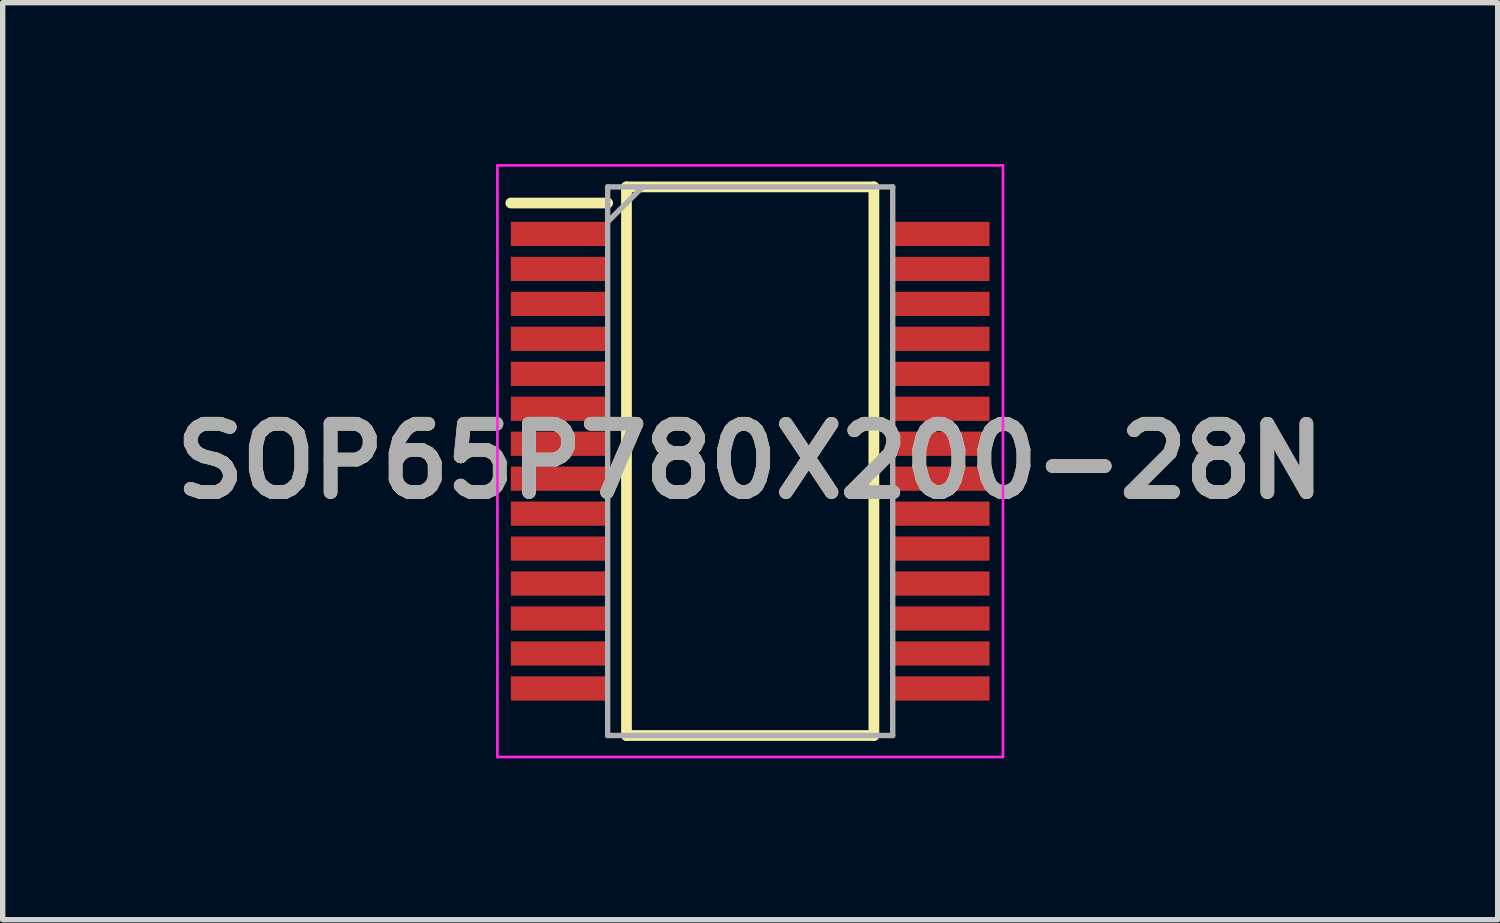
<source format=kicad_pcb>
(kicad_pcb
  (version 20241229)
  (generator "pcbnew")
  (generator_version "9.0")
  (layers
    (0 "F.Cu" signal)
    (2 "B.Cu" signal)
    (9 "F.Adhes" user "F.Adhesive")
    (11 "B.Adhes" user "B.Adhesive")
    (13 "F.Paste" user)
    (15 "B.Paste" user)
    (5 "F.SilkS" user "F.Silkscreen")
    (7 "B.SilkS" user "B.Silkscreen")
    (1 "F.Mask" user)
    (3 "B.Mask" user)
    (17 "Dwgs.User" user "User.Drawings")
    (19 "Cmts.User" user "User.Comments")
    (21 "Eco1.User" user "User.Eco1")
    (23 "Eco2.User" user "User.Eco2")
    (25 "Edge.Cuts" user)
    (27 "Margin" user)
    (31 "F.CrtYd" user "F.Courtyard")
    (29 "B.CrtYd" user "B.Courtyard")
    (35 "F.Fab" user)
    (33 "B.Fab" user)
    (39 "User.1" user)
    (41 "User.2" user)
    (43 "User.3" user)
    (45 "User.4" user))
  (footprint "SOP65P780X200-28N"
    (layer "F.Cu")
    (at 10.898 5.525)
    (property "Reference" "SOP65P780X200-28N" (at 0 0 0) (layer "F.SilkS") (effects (font (size 1.27 1.27) (thickness 0.254))))
    (attr smd)
    (fp_line (start -4.45 -4.8) (end -2.65 -4.8) (stroke (width 0.2) (type solid)) (layer "F.SilkS"))
    (fp_line (start -2.3 -5.1) (end 2.3 -5.1) (stroke (width 0.2) (type solid)) (layer "F.SilkS"))
    (fp_line (start -2.3 5.1) (end -2.3 -5.1) (stroke (width 0.2) (type solid)) (layer "F.SilkS"))
    (fp_line (start 2.3 -5.1) (end 2.3 5.1) (stroke (width 0.2) (type solid)) (layer "F.SilkS"))
    (fp_line (start 2.3 5.1) (end -2.3 5.1) (stroke (width 0.2) (type solid)) (layer "F.SilkS"))
    (fp_line (start -4.7 -5.5) (end 4.7 -5.5) (stroke (width 0.05) (type solid)) (layer "F.CrtYd"))
    (fp_line (start -4.7 5.5) (end -4.7 -5.5) (stroke (width 0.05) (type solid)) (layer "F.CrtYd"))
    (fp_line (start 4.7 -5.5) (end 4.7 5.5) (stroke (width 0.05) (type solid)) (layer "F.CrtYd"))
    (fp_line (start 4.7 5.5) (end -4.7 5.5) (stroke (width 0.05) (type solid)) (layer "F.CrtYd"))
    (fp_line (start -2.65 -5.1) (end 2.65 -5.1) (stroke (width 0.1) (type solid)) (layer "F.Fab"))
    (fp_line (start -2.65 -4.45) (end -2 -5.1) (stroke (width 0.1) (type solid)) (layer "F.Fab"))
    (fp_line (start -2.65 5.1) (end -2.65 -5.1) (stroke (width 0.1) (type solid)) (layer "F.Fab"))
    (fp_line (start 2.65 -5.1) (end 2.65 5.1) (stroke (width 0.1) (type solid)) (layer "F.Fab"))
    (fp_line (start 2.65 5.1) (end -2.65 5.1) (stroke (width 0.1) (type solid)) (layer "F.Fab"))
    (fp_text user "${REFERENCE}" (at 0 0 0) (layer "F.Fab") (effects (font (size 1.27 1.27) (thickness 0.254))))
    (pad "1" smd rect (at -3.55 -4.225 90) (size 0.45 1.8) (layers "F.Cu" "F.Mask" "F.Paste"))
    (pad "2" smd rect (at -3.55 -3.575 90) (size 0.45 1.8) (layers "F.Cu" "F.Mask" "F.Paste"))
    (pad "3" smd rect (at -3.55 -2.925 90) (size 0.45 1.8) (layers "F.Cu" "F.Mask" "F.Paste"))
    (pad "4" smd rect (at -3.55 -2.275 90) (size 0.45 1.8) (layers "F.Cu" "F.Mask" "F.Paste"))
    (pad "5" smd rect (at -3.55 -1.625 90) (size 0.45 1.8) (layers "F.Cu" "F.Mask" "F.Paste"))
    (pad "6" smd rect (at -3.55 -0.975 90) (size 0.45 1.8) (layers "F.Cu" "F.Mask" "F.Paste"))
    (pad "7" smd rect (at -3.55 -0.325 90) (size 0.45 1.8) (layers "F.Cu" "F.Mask" "F.Paste"))
    (pad "8" smd rect (at -3.55 0.325 90) (size 0.45 1.8) (layers "F.Cu" "F.Mask" "F.Paste"))
    (pad "9" smd rect (at -3.55 0.975 90) (size 0.45 1.8) (layers "F.Cu" "F.Mask" "F.Paste"))
    (pad "10" smd rect (at -3.55 1.625 90) (size 0.45 1.8) (layers "F.Cu" "F.Mask" "F.Paste"))
    (pad "11" smd rect (at -3.55 2.275 90) (size 0.45 1.8) (layers "F.Cu" "F.Mask" "F.Paste"))
    (pad "12" smd rect (at -3.55 2.925 90) (size 0.45 1.8) (layers "F.Cu" "F.Mask" "F.Paste"))
    (pad "13" smd rect (at -3.55 3.575 90) (size 0.45 1.8) (layers "F.Cu" "F.Mask" "F.Paste"))
    (pad "14" smd rect (at -3.55 4.225 90) (size 0.45 1.8) (layers "F.Cu" "F.Mask" "F.Paste"))
    (pad "15" smd rect (at 3.55 4.225 90) (size 0.45 1.8) (layers "F.Cu" "F.Mask" "F.Paste"))
    (pad "16" smd rect (at 3.55 3.575 90) (size 0.45 1.8) (layers "F.Cu" "F.Mask" "F.Paste"))
    (pad "17" smd rect (at 3.55 2.925 90) (size 0.45 1.8) (layers "F.Cu" "F.Mask" "F.Paste"))
    (pad "18" smd rect (at 3.55 2.275 90) (size 0.45 1.8) (layers "F.Cu" "F.Mask" "F.Paste"))
    (pad "19" smd rect (at 3.55 1.625 90) (size 0.45 1.8) (layers "F.Cu" "F.Mask" "F.Paste"))
    (pad "20" smd rect (at 3.55 0.975 90) (size 0.45 1.8) (layers "F.Cu" "F.Mask" "F.Paste"))
    (pad "21" smd rect (at 3.55 0.325 90) (size 0.45 1.8) (layers "F.Cu" "F.Mask" "F.Paste"))
    (pad "22" smd rect (at 3.55 -0.325 90) (size 0.45 1.8) (layers "F.Cu" "F.Mask" "F.Paste"))
    (pad "23" smd rect (at 3.55 -0.975 90) (size 0.45 1.8) (layers "F.Cu" "F.Mask" "F.Paste"))
    (pad "24" smd rect (at 3.55 -1.625 90) (size 0.45 1.8) (layers "F.Cu" "F.Mask" "F.Paste"))
    (pad "25" smd rect (at 3.55 -2.275 90) (size 0.45 1.8) (layers "F.Cu" "F.Mask" "F.Paste"))
    (pad "26" smd rect (at 3.55 -2.925 90) (size 0.45 1.8) (layers "F.Cu" "F.Mask" "F.Paste"))
    (pad "27" smd rect (at 3.55 -3.575 90) (size 0.45 1.8) (layers "F.Cu" "F.Mask" "F.Paste"))
    (pad "28" smd rect (at 3.55 -4.225 90) (size 0.45 1.8) (layers "F.Cu" "F.Mask" "F.Paste")))
  (gr_rect
    (start -3 -3)
    (end 24.796 14.05)
    (stroke (width 0.1) (type default))
    (fill no)
    (layer "Edge.Cuts")))
</source>
